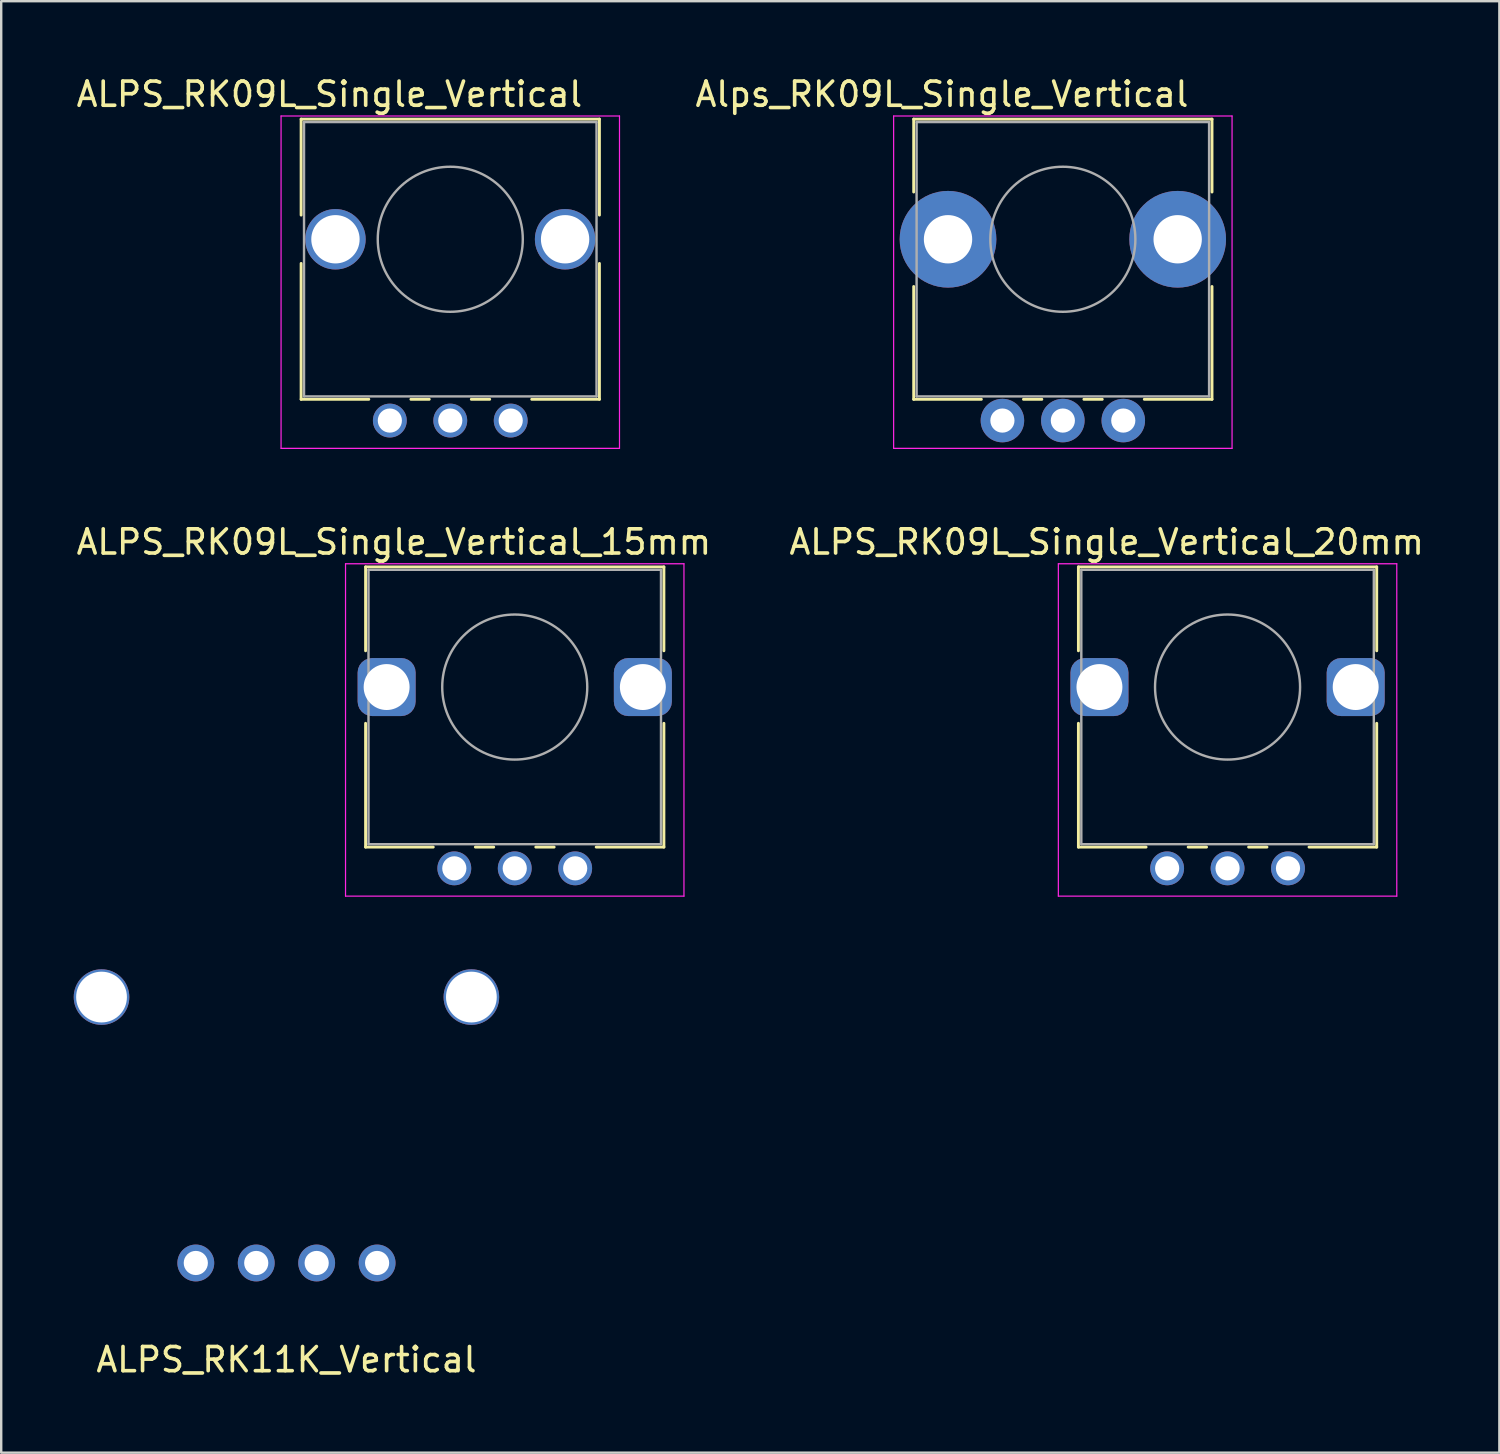
<source format=kicad_pcb>
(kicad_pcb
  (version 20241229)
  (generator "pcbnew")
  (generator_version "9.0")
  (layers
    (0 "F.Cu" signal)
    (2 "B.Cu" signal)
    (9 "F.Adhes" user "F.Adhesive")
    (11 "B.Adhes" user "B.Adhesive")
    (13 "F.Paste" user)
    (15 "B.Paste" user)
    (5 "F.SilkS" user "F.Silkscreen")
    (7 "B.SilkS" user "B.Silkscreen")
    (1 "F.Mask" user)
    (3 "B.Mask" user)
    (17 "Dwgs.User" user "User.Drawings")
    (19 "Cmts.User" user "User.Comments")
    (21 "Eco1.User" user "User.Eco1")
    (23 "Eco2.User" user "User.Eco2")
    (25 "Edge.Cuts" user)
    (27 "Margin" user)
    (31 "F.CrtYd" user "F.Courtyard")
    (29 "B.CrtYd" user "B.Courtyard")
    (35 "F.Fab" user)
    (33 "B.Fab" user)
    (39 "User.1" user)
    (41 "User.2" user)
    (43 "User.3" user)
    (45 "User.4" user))
  (footprint "ALPS_RK11K_Vertical"
    (layer "F.Cu")
    (at 8.8 38.197)
    (property "Reference" "ALPS_RK11K_Vertical" (at 0 15 0) (layer "F.SilkS") (effects (font (size 1 1) (thickness 0.15))))
    (attr through_hole)
    (pad "" np_thru_hole circle (at -7.65 0) (size 2.3 2.3) (drill 2.1) (layers "*.Cu" "*.Mask"))
    (pad "" np_thru_hole circle (at 3.75 11) (size 1.524 1.524) (drill 1) (layers "*.Cu" "*.Mask"))
    (pad "" np_thru_hole circle (at 7.65 0) (size 2.3 2.3) (drill 2.1) (layers "*.Cu" "*.Mask"))
    (pad "1" thru_hole circle (at -3.75 11 90) (size 1.524 1.524) (drill 1) (layers "*.Cu" "*.Mask"))
    (pad "2" thru_hole circle (at -1.25 11) (size 1.524 1.524) (drill 1) (layers "*.Cu" "*.Mask"))
    (pad "3" thru_hole circle (at 1.25 11) (size 1.524 1.524) (drill 1) (layers "*.Cu" "*.Mask")))
  (footprint "ALPS_RK09L_Single_Vertical_15mm"
    (layer "F.Cu")
    (at 18.244 25.372)
    (property "Reference" "ALPS_RK09L_Single_Vertical_15mm" (at -5 -6 180) (layer "F.SilkS") (effects (font (size 1 1) (thickness 0.15))))
    (attr through_hole)
    (fp_line (start -6.17 -4.97) (end 6.17 -4.97) (stroke (width 0.12) (type solid)) (layer "F.SilkS"))
    (fp_line (start -6.17 -1.5) (end -6.17 -4.97) (stroke (width 0.12) (type solid)) (layer "F.SilkS"))
    (fp_line (start -6.17 6.62) (end -6.17 1.5) (stroke (width 0.12) (type solid)) (layer "F.SilkS"))
    (fp_line (start -6.17 6.62) (end -3.371 6.62) (stroke (width 0.12) (type solid)) (layer "F.SilkS"))
    (fp_line (start -1.629 6.62) (end -0.87 6.62) (stroke (width 0.12) (type solid)) (layer "F.SilkS"))
    (fp_line (start 0.871 6.62) (end 1.63 6.62) (stroke (width 0.12) (type solid)) (layer "F.SilkS"))
    (fp_line (start 3.37 6.62) (end 6.17 6.62) (stroke (width 0.12) (type solid)) (layer "F.SilkS"))
    (fp_line (start 6.17 -1.5) (end 6.17 -4.97) (stroke (width 0.12) (type solid)) (layer "F.SilkS"))
    (fp_line (start 6.17 6.62) (end 6.17 1.5) (stroke (width 0.12) (type solid)) (layer "F.SilkS"))
    (fp_line (start -7 -5.1) (end -7 8.65) (stroke (width 0.05) (type solid)) (layer "F.CrtYd"))
    (fp_line (start -7 8.65) (end 7 8.65) (stroke (width 0.05) (type solid)) (layer "F.CrtYd"))
    (fp_line (start 7 -5.1) (end -7 -5.1) (stroke (width 0.05) (type solid)) (layer "F.CrtYd"))
    (fp_line (start 7 8.65) (end 7 -5.1) (stroke (width 0.05) (type solid)) (layer "F.CrtYd"))
    (fp_line (start -6.05 -4.85) (end -6.05 6.5) (stroke (width 0.1) (type solid)) (layer "F.Fab"))
    (fp_line (start -6.05 6.5) (end 6.05 6.5) (stroke (width 0.1) (type solid)) (layer "F.Fab"))
    (fp_line (start 6.05 -4.85) (end -6.05 -4.85) (stroke (width 0.1) (type solid)) (layer "F.Fab"))
    (fp_line (start 6.05 6.5) (end 6.05 -4.85) (stroke (width 0.1) (type solid)) (layer "F.Fab"))
    (fp_circle (center 0 0) (end 0 -3) (stroke (width 0.1) (type solid)) (fill no) (layer "F.Fab"))
    (pad "" thru_hole roundrect (at -5.3 0 90) (size 2.4 2.4) (drill 1.9) (layers "*.Cu" "*.Mask") (roundrect_rratio 0.25))
    (pad "" thru_hole roundrect (at 5.3 0 90) (size 2.4 2.4) (drill 1.9) (layers "*.Cu" "*.Mask") (roundrect_rratio 0.25))
    (pad "1" thru_hole circle (at -2.5 7.5 90) (size 1.4 1.4) (drill 1) (layers "*.Cu" "*.Mask"))
    (pad "2" thru_hole circle (at 0 7.5 90) (size 1.4 1.4) (drill 1) (layers "*.Cu" "*.Mask"))
    (pad "3" thru_hole circle (at 2.5 7.5 90) (size 1.4 1.4) (drill 1) (layers "*.Cu" "*.Mask")))
  (footprint "ALPS_RK09L_Single_Vertical_20mm"
    (layer "F.Cu")
    (at 47.732 25.372)
    (property "Reference" "ALPS_RK09L_Single_Vertical_20mm" (at -5 -6 180) (layer "F.SilkS") (effects (font (size 1 1) (thickness 0.15))))
    (attr through_hole)
    (fp_line (start -6.17 -4.97) (end 6.17 -4.97) (stroke (width 0.12) (type solid)) (layer "F.SilkS"))
    (fp_line (start -6.17 -1.5) (end -6.17 -4.97) (stroke (width 0.12) (type solid)) (layer "F.SilkS"))
    (fp_line (start -6.17 6.62) (end -6.17 1.5) (stroke (width 0.12) (type solid)) (layer "F.SilkS"))
    (fp_line (start -6.17 6.62) (end -3.371 6.62) (stroke (width 0.12) (type solid)) (layer "F.SilkS"))
    (fp_line (start -1.629 6.62) (end -0.87 6.62) (stroke (width 0.12) (type solid)) (layer "F.SilkS"))
    (fp_line (start 0.871 6.62) (end 1.63 6.62) (stroke (width 0.12) (type solid)) (layer "F.SilkS"))
    (fp_line (start 3.37 6.62) (end 6.17 6.62) (stroke (width 0.12) (type solid)) (layer "F.SilkS"))
    (fp_line (start 6.17 -1.5) (end 6.17 -4.97) (stroke (width 0.12) (type solid)) (layer "F.SilkS"))
    (fp_line (start 6.17 6.62) (end 6.17 1.5) (stroke (width 0.12) (type solid)) (layer "F.SilkS"))
    (fp_line (start -7 -5.1) (end -7 8.65) (stroke (width 0.05) (type solid)) (layer "F.CrtYd"))
    (fp_line (start -7 8.65) (end 7 8.65) (stroke (width 0.05) (type solid)) (layer "F.CrtYd"))
    (fp_line (start 7 -5.1) (end -7 -5.1) (stroke (width 0.05) (type solid)) (layer "F.CrtYd"))
    (fp_line (start 7 8.65) (end 7 -5.1) (stroke (width 0.05) (type solid)) (layer "F.CrtYd"))
    (fp_line (start -6.05 -4.85) (end -6.05 6.5) (stroke (width 0.1) (type solid)) (layer "F.Fab"))
    (fp_line (start -6.05 6.5) (end 6.05 6.5) (stroke (width 0.1) (type solid)) (layer "F.Fab"))
    (fp_line (start 6.05 -4.85) (end -6.05 -4.85) (stroke (width 0.1) (type solid)) (layer "F.Fab"))
    (fp_line (start 6.05 6.5) (end 6.05 -4.85) (stroke (width 0.1) (type solid)) (layer "F.Fab"))
    (fp_circle (center 0 0) (end 0 -3) (stroke (width 0.1) (type solid)) (fill no) (layer "F.Fab"))
    (pad "" thru_hole roundrect (at -5.3 0 90) (size 2.4 2.4) (drill 1.9) (layers "*.Cu" "*.Mask") (roundrect_rratio 0.25))
    (pad "" thru_hole roundrect (at 5.3 0 90) (size 2.4 2.4) (drill 1.9) (layers "*.Cu" "*.Mask") (roundrect_rratio 0.25))
    (pad "1" thru_hole circle (at -2.5 7.5 90) (size 1.4 1.4) (drill 1) (layers "*.Cu" "*.Mask"))
    (pad "2" thru_hole circle (at 0 7.5 90) (size 1.4 1.4) (drill 1) (layers "*.Cu" "*.Mask"))
    (pad "3" thru_hole circle (at 2.5 7.5 90) (size 1.4 1.4) (drill 1) (layers "*.Cu" "*.Mask")))
  (footprint "ALPS_RK09L_Single_Vertical"
    (layer "F.Cu")
    (at 15.577 6.848)
    (property "Reference" "ALPS_RK09L_Single_Vertical" (at -5 -6 180) (layer "F.SilkS") (effects (font (size 1 1) (thickness 0.15))))
    (attr through_hole)
    (fp_line (start -6.17 -4.97) (end 6.17 -4.97) (stroke (width 0.12) (type solid)) (layer "F.SilkS"))
    (fp_line (start -6.17 -1) (end -6.17 -4.97) (stroke (width 0.12) (type solid)) (layer "F.SilkS"))
    (fp_line (start -6.17 6.62) (end -6.17 1) (stroke (width 0.12) (type solid)) (layer "F.SilkS"))
    (fp_line (start -6.17 6.62) (end -3.371 6.62) (stroke (width 0.12) (type solid)) (layer "F.SilkS"))
    (fp_line (start -1.629 6.62) (end -0.87 6.62) (stroke (width 0.12) (type solid)) (layer "F.SilkS"))
    (fp_line (start 0.871 6.62) (end 1.63 6.62) (stroke (width 0.12) (type solid)) (layer "F.SilkS"))
    (fp_line (start 3.37 6.62) (end 6.17 6.62) (stroke (width 0.12) (type solid)) (layer "F.SilkS"))
    (fp_line (start 6.17 -1) (end 6.17 -4.97) (stroke (width 0.12) (type solid)) (layer "F.SilkS"))
    (fp_line (start 6.17 6.62) (end 6.17 1) (stroke (width 0.12) (type solid)) (layer "F.SilkS"))
    (fp_line (start -7 -5.1) (end -7 8.65) (stroke (width 0.05) (type solid)) (layer "F.CrtYd"))
    (fp_line (start -7 8.65) (end 7 8.65) (stroke (width 0.05) (type solid)) (layer "F.CrtYd"))
    (fp_line (start 7 -5.1) (end -7 -5.1) (stroke (width 0.05) (type solid)) (layer "F.CrtYd"))
    (fp_line (start 7 8.65) (end 7 -5.1) (stroke (width 0.05) (type solid)) (layer "F.CrtYd"))
    (fp_line (start -6.05 -4.85) (end -6.05 6.5) (stroke (width 0.1) (type solid)) (layer "F.Fab"))
    (fp_line (start -6.05 6.5) (end 6.05 6.5) (stroke (width 0.1) (type solid)) (layer "F.Fab"))
    (fp_line (start 6.05 -4.85) (end -6.05 -4.85) (stroke (width 0.1) (type solid)) (layer "F.Fab"))
    (fp_line (start 6.05 6.5) (end 6.05 -4.85) (stroke (width 0.1) (type solid)) (layer "F.Fab"))
    (fp_circle (center 0 0) (end 0 -3) (stroke (width 0.1) (type solid)) (fill no) (layer "F.Fab"))
    (pad "" np_thru_hole circle (at -4.75 0 90) (size 2.5 2.5) (drill 2) (layers "*.Cu" "*.Mask"))
    (pad "" np_thru_hole circle (at 4.75 0 90) (size 2.5 2.5) (drill 2) (layers "*.Cu" "*.Mask"))
    (pad "1" thru_hole circle (at -2.5 7.5 90) (size 1.4 1.4) (drill 1) (layers "*.Cu" "*.Mask"))
    (pad "2" thru_hole circle (at 0 7.5 90) (size 1.4 1.4) (drill 1) (layers "*.Cu" "*.Mask"))
    (pad "3" thru_hole circle (at 2.5 7.5 90) (size 1.4 1.4) (drill 1) (layers "*.Cu" "*.Mask")))
  (footprint "Alps_RK09L_Single_Vertical"
    (layer "F.Cu")
    (at 40.918 6.848)
    (property "Reference" "Alps_RK09L_Single_Vertical" (at -5 -6 180) (layer "F.SilkS") (effects (font (size 1 1) (thickness 0.15))))
    (attr through_hole)
    (fp_line (start -6.17 -4.97) (end 6.17 -4.97) (stroke (width 0.12) (type solid)) (layer "F.SilkS"))
    (fp_line (start -6.17 -1.955) (end -6.17 -4.97) (stroke (width 0.12) (type solid)) (layer "F.SilkS"))
    (fp_line (start -6.17 6.62) (end -6.17 1.954) (stroke (width 0.12) (type solid)) (layer "F.SilkS"))
    (fp_line (start -6.17 6.62) (end -3.371 6.62) (stroke (width 0.12) (type solid)) (layer "F.SilkS"))
    (fp_line (start -1.629 6.62) (end -0.87 6.62) (stroke (width 0.12) (type solid)) (layer "F.SilkS"))
    (fp_line (start 0.871 6.62) (end 1.63 6.62) (stroke (width 0.12) (type solid)) (layer "F.SilkS"))
    (fp_line (start 3.37 6.62) (end 6.17 6.62) (stroke (width 0.12) (type solid)) (layer "F.SilkS"))
    (fp_line (start 6.17 -1.955) (end 6.17 -4.97) (stroke (width 0.12) (type solid)) (layer "F.SilkS"))
    (fp_line (start 6.17 6.62) (end 6.17 1.954) (stroke (width 0.12) (type solid)) (layer "F.SilkS"))
    (fp_line (start -7 -5.1) (end -7 8.65) (stroke (width 0.05) (type solid)) (layer "F.CrtYd"))
    (fp_line (start -7 8.65) (end 7 8.65) (stroke (width 0.05) (type solid)) (layer "F.CrtYd"))
    (fp_line (start 7 -5.1) (end -7 -5.1) (stroke (width 0.05) (type solid)) (layer "F.CrtYd"))
    (fp_line (start 7 8.65) (end 7 -5.1) (stroke (width 0.05) (type solid)) (layer "F.CrtYd"))
    (fp_line (start -6.05 -4.85) (end -6.05 6.5) (stroke (width 0.1) (type solid)) (layer "F.Fab"))
    (fp_line (start -6.05 6.5) (end 6.05 6.5) (stroke (width 0.1) (type solid)) (layer "F.Fab"))
    (fp_line (start 6.05 -4.85) (end -6.05 -4.85) (stroke (width 0.1) (type solid)) (layer "F.Fab"))
    (fp_line (start 6.05 6.5) (end 6.05 -4.85) (stroke (width 0.1) (type solid)) (layer "F.Fab"))
    (fp_circle (center 0 0) (end 0 -3) (stroke (width 0.1) (type solid)) (fill no) (layer "F.Fab"))
    (pad "" np_thru_hole circle (at -4.75 0 90) (size 4 4) (drill 2) (layers "*.Cu" "*.Mask"))
    (pad "" np_thru_hole circle (at 4.75 0 90) (size 4 4) (drill 2) (layers "*.Cu" "*.Mask"))
    (pad "1" thru_hole circle (at -2.5 7.5 90) (size 1.8 1.8) (drill 1) (layers "*.Cu" "*.Mask"))
    (pad "2" thru_hole circle (at 0 7.5 90) (size 1.8 1.8) (drill 1) (layers "*.Cu" "*.Mask"))
    (pad "3" thru_hole circle (at 2.5 7.5 90) (size 1.8 1.8) (drill 1) (layers "*.Cu" "*.Mask")))
  (gr_rect
    (start -3 -3)
    (end 58.976 57.045)
    (stroke (width 0.1) (type default))
    (fill no)
    (layer "Edge.Cuts")))
</source>
